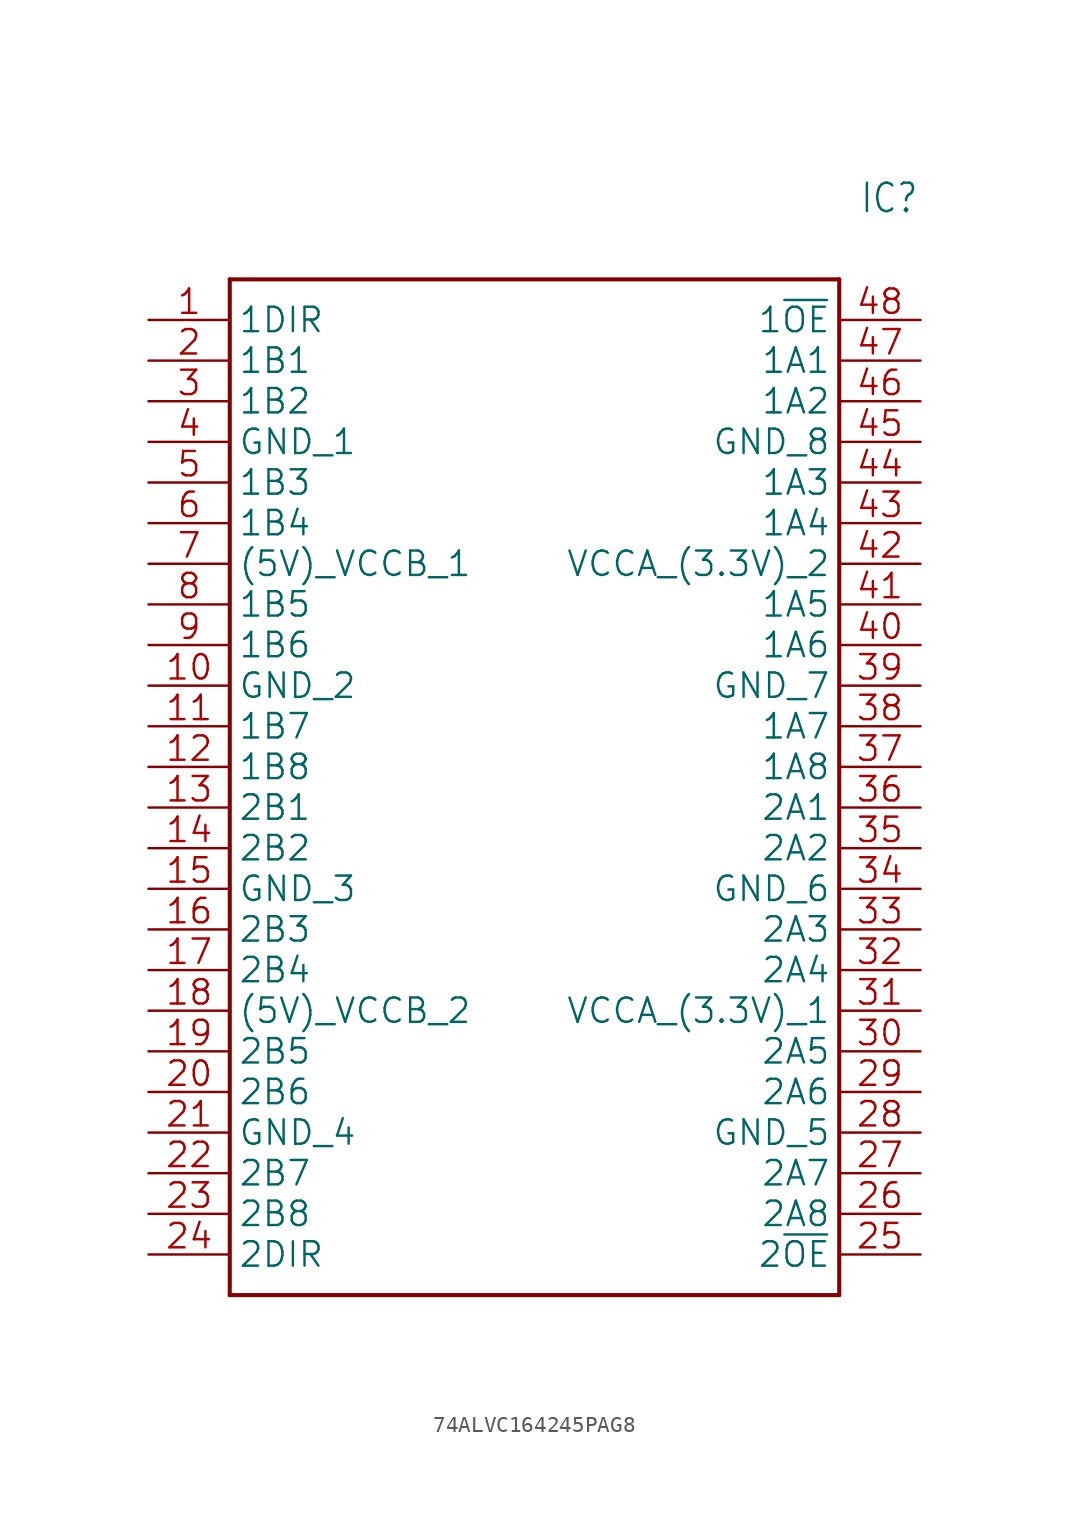
<source format=kicad_sym>
(kicad_symbol_lib
  (version 20241209)
  (generator "kicad_symbol_editor")
  (generator_version "9.0")
  (symbol "74ALVC164245PAG8"
    (property "Reference" "IC"
      (at 44.45 7.62 0)
      (effects (font (size 1.778 1.511)) (justify left)))
    (property "Value" ""
      (at 44.45 5.08 0)
      (effects (font (size 1.778 1.511)) (justify left)))
    (property "ki_locked" ""
      (at 0 0 0)
      (effects (font (size 1.27 1.27))))
    (symbol "74ALVC164245PAG8_1_0"
      (polyline (pts (xy 5.08 2.54) (xy 5.08 -60.96)) (stroke (width 0.254) (type solid)) (fill (type none)))
      (polyline (pts (xy 5.08 2.54) (xy 43.18 2.54)) (stroke (width 0.254) (type solid)) (fill (type none)))
      (polyline (pts (xy 43.18 -60.96) (xy 5.08 -60.96)) (stroke (width 0.254) (type solid)) (fill (type none)))
      (polyline (pts (xy 43.18 -60.96) (xy 43.18 2.54)) (stroke (width 0.254) (type solid)) (fill (type none)))
      (pin bidirectional line (at 0 0 0) (length 5.08) (name "1DIR" (effects (font (size 1.524 1.524)))) (number "1" (effects (font (size 1.524 1.524)))))
      (pin bidirectional line (at 0 -2.54 0) (length 5.08) (name "1B1" (effects (font (size 1.524 1.524)))) (number "2" (effects (font (size 1.524 1.524)))))
      (pin bidirectional line (at 0 -5.08 0) (length 5.08) (name "1B2" (effects (font (size 1.524 1.524)))) (number "3" (effects (font (size 1.524 1.524)))))
      (pin bidirectional line (at 0 -7.62 0) (length 5.08) (name "GND_1" (effects (font (size 1.524 1.524)))) (number "4" (effects (font (size 1.524 1.524)))))
      (pin bidirectional line (at 0 -10.16 0) (length 5.08) (name "1B3" (effects (font (size 1.524 1.524)))) (number "5" (effects (font (size 1.524 1.524)))))
      (pin bidirectional line (at 0 -12.7 0) (length 5.08) (name "1B4" (effects (font (size 1.524 1.524)))) (number "6" (effects (font (size 1.524 1.524)))))
      (pin bidirectional line (at 0 -15.24 0) (length 5.08) (name "(5V)_VCCB_1" (effects (font (size 1.524 1.524)))) (number "7" (effects (font (size 1.524 1.524)))))
      (pin bidirectional line (at 0 -17.78 0) (length 5.08) (name "1B5" (effects (font (size 1.524 1.524)))) (number "8" (effects (font (size 1.524 1.524)))))
      (pin bidirectional line (at 0 -20.32 0) (length 5.08) (name "1B6" (effects (font (size 1.524 1.524)))) (number "9" (effects (font (size 1.524 1.524)))))
      (pin bidirectional line (at 0 -22.86 0) (length 5.08) (name "GND_2" (effects (font (size 1.524 1.524)))) (number "10" (effects (font (size 1.524 1.524)))))
      (pin bidirectional line (at 0 -25.4 0) (length 5.08) (name "1B7" (effects (font (size 1.524 1.524)))) (number "11" (effects (font (size 1.524 1.524)))))
      (pin bidirectional line (at 0 -27.94 0) (length 5.08) (name "1B8" (effects (font (size 1.524 1.524)))) (number "12" (effects (font (size 1.524 1.524)))))
      (pin bidirectional line (at 0 -30.48 0) (length 5.08) (name "2B1" (effects (font (size 1.524 1.524)))) (number "13" (effects (font (size 1.524 1.524)))))
      (pin bidirectional line (at 0 -33.02 0) (length 5.08) (name "2B2" (effects (font (size 1.524 1.524)))) (number "14" (effects (font (size 1.524 1.524)))))
      (pin bidirectional line (at 0 -35.56 0) (length 5.08) (name "GND_3" (effects (font (size 1.524 1.524)))) (number "15" (effects (font (size 1.524 1.524)))))
      (pin bidirectional line (at 0 -38.1 0) (length 5.08) (name "2B3" (effects (font (size 1.524 1.524)))) (number "16" (effects (font (size 1.524 1.524)))))
      (pin bidirectional line (at 0 -40.64 0) (length 5.08) (name "2B4" (effects (font (size 1.524 1.524)))) (number "17" (effects (font (size 1.524 1.524)))))
      (pin bidirectional line (at 0 -43.18 0) (length 5.08) (name "(5V)_VCCB_2" (effects (font (size 1.524 1.524)))) (number "18" (effects (font (size 1.524 1.524)))))
      (pin bidirectional line (at 0 -45.72 0) (length 5.08) (name "2B5" (effects (font (size 1.524 1.524)))) (number "19" (effects (font (size 1.524 1.524)))))
      (pin bidirectional line (at 0 -48.26 0) (length 5.08) (name "2B6" (effects (font (size 1.524 1.524)))) (number "20" (effects (font (size 1.524 1.524)))))
      (pin bidirectional line (at 0 -50.8 0) (length 5.08) (name "GND_4" (effects (font (size 1.524 1.524)))) (number "21" (effects (font (size 1.524 1.524)))))
      (pin bidirectional line (at 0 -53.34 0) (length 5.08) (name "2B7" (effects (font (size 1.524 1.524)))) (number "22" (effects (font (size 1.524 1.524)))))
      (pin bidirectional line (at 0 -55.88 0) (length 5.08) (name "2B8" (effects (font (size 1.524 1.524)))) (number "23" (effects (font (size 1.524 1.524)))))
      (pin bidirectional line (at 0 -58.42 0) (length 5.08) (name "2DIR" (effects (font (size 1.524 1.524)))) (number "24" (effects (font (size 1.524 1.524)))))
      (pin bidirectional line (at 48.26 0 180) (length 5.08) (name "1~{OE}" (effects (font (size 1.524 1.524)))) (number "48" (effects (font (size 1.524 1.524)))))
      (pin bidirectional line (at 48.26 -2.54 180) (length 5.08) (name "1A1" (effects (font (size 1.524 1.524)))) (number "47" (effects (font (size 1.524 1.524)))))
      (pin bidirectional line (at 48.26 -5.08 180) (length 5.08) (name "1A2" (effects (font (size 1.524 1.524)))) (number "46" (effects (font (size 1.524 1.524)))))
      (pin bidirectional line (at 48.26 -7.62 180) (length 5.08) (name "GND_8" (effects (font (size 1.524 1.524)))) (number "45" (effects (font (size 1.524 1.524)))))
      (pin bidirectional line (at 48.26 -10.16 180) (length 5.08) (name "1A3" (effects (font (size 1.524 1.524)))) (number "44" (effects (font (size 1.524 1.524)))))
      (pin bidirectional line (at 48.26 -12.7 180) (length 5.08) (name "1A4" (effects (font (size 1.524 1.524)))) (number "43" (effects (font (size 1.524 1.524)))))
      (pin bidirectional line (at 48.26 -15.24 180) (length 5.08) (name "VCCA_(3.3V)_2" (effects (font (size 1.524 1.524)))) (number "42" (effects (font (size 1.524 1.524)))))
      (pin bidirectional line (at 48.26 -17.78 180) (length 5.08) (name "1A5" (effects (font (size 1.524 1.524)))) (number "41" (effects (font (size 1.524 1.524)))))
      (pin bidirectional line (at 48.26 -20.32 180) (length 5.08) (name "1A6" (effects (font (size 1.524 1.524)))) (number "40" (effects (font (size 1.524 1.524)))))
      (pin bidirectional line (at 48.26 -22.86 180) (length 5.08) (name "GND_7" (effects (font (size 1.524 1.524)))) (number "39" (effects (font (size 1.524 1.524)))))
      (pin bidirectional line (at 48.26 -25.4 180) (length 5.08) (name "1A7" (effects (font (size 1.524 1.524)))) (number "38" (effects (font (size 1.524 1.524)))))
      (pin bidirectional line (at 48.26 -27.94 180) (length 5.08) (name "1A8" (effects (font (size 1.524 1.524)))) (number "37" (effects (font (size 1.524 1.524)))))
      (pin bidirectional line (at 48.26 -30.48 180) (length 5.08) (name "2A1" (effects (font (size 1.524 1.524)))) (number "36" (effects (font (size 1.524 1.524)))))
      (pin bidirectional line (at 48.26 -33.02 180) (length 5.08) (name "2A2" (effects (font (size 1.524 1.524)))) (number "35" (effects (font (size 1.524 1.524)))))
      (pin bidirectional line (at 48.26 -35.56 180) (length 5.08) (name "GND_6" (effects (font (size 1.524 1.524)))) (number "34" (effects (font (size 1.524 1.524)))))
      (pin bidirectional line (at 48.26 -38.1 180) (length 5.08) (name "2A3" (effects (font (size 1.524 1.524)))) (number "33" (effects (font (size 1.524 1.524)))))
      (pin bidirectional line (at 48.26 -40.64 180) (length 5.08) (name "2A4" (effects (font (size 1.524 1.524)))) (number "32" (effects (font (size 1.524 1.524)))))
      (pin bidirectional line (at 48.26 -43.18 180) (length 5.08) (name "VCCA_(3.3V)_1" (effects (font (size 1.524 1.524)))) (number "31" (effects (font (size 1.524 1.524)))))
      (pin bidirectional line (at 48.26 -45.72 180) (length 5.08) (name "2A5" (effects (font (size 1.524 1.524)))) (number "30" (effects (font (size 1.524 1.524)))))
      (pin bidirectional line (at 48.26 -48.26 180) (length 5.08) (name "2A6" (effects (font (size 1.524 1.524)))) (number "29" (effects (font (size 1.524 1.524)))))
      (pin bidirectional line (at 48.26 -50.8 180) (length 5.08) (name "GND_5" (effects (font (size 1.524 1.524)))) (number "28" (effects (font (size 1.524 1.524)))))
      (pin bidirectional line (at 48.26 -53.34 180) (length 5.08) (name "2A7" (effects (font (size 1.524 1.524)))) (number "27" (effects (font (size 1.524 1.524)))))
      (pin bidirectional line (at 48.26 -55.88 180) (length 5.08) (name "2A8" (effects (font (size 1.524 1.524)))) (number "26" (effects (font (size 1.524 1.524)))))
      (pin bidirectional line (at 48.26 -58.42 180) (length 5.08) (name "2~{OE}" (effects (font (size 1.524 1.524)))) (number "25" (effects (font (size 1.524 1.524))))))))
</source>
